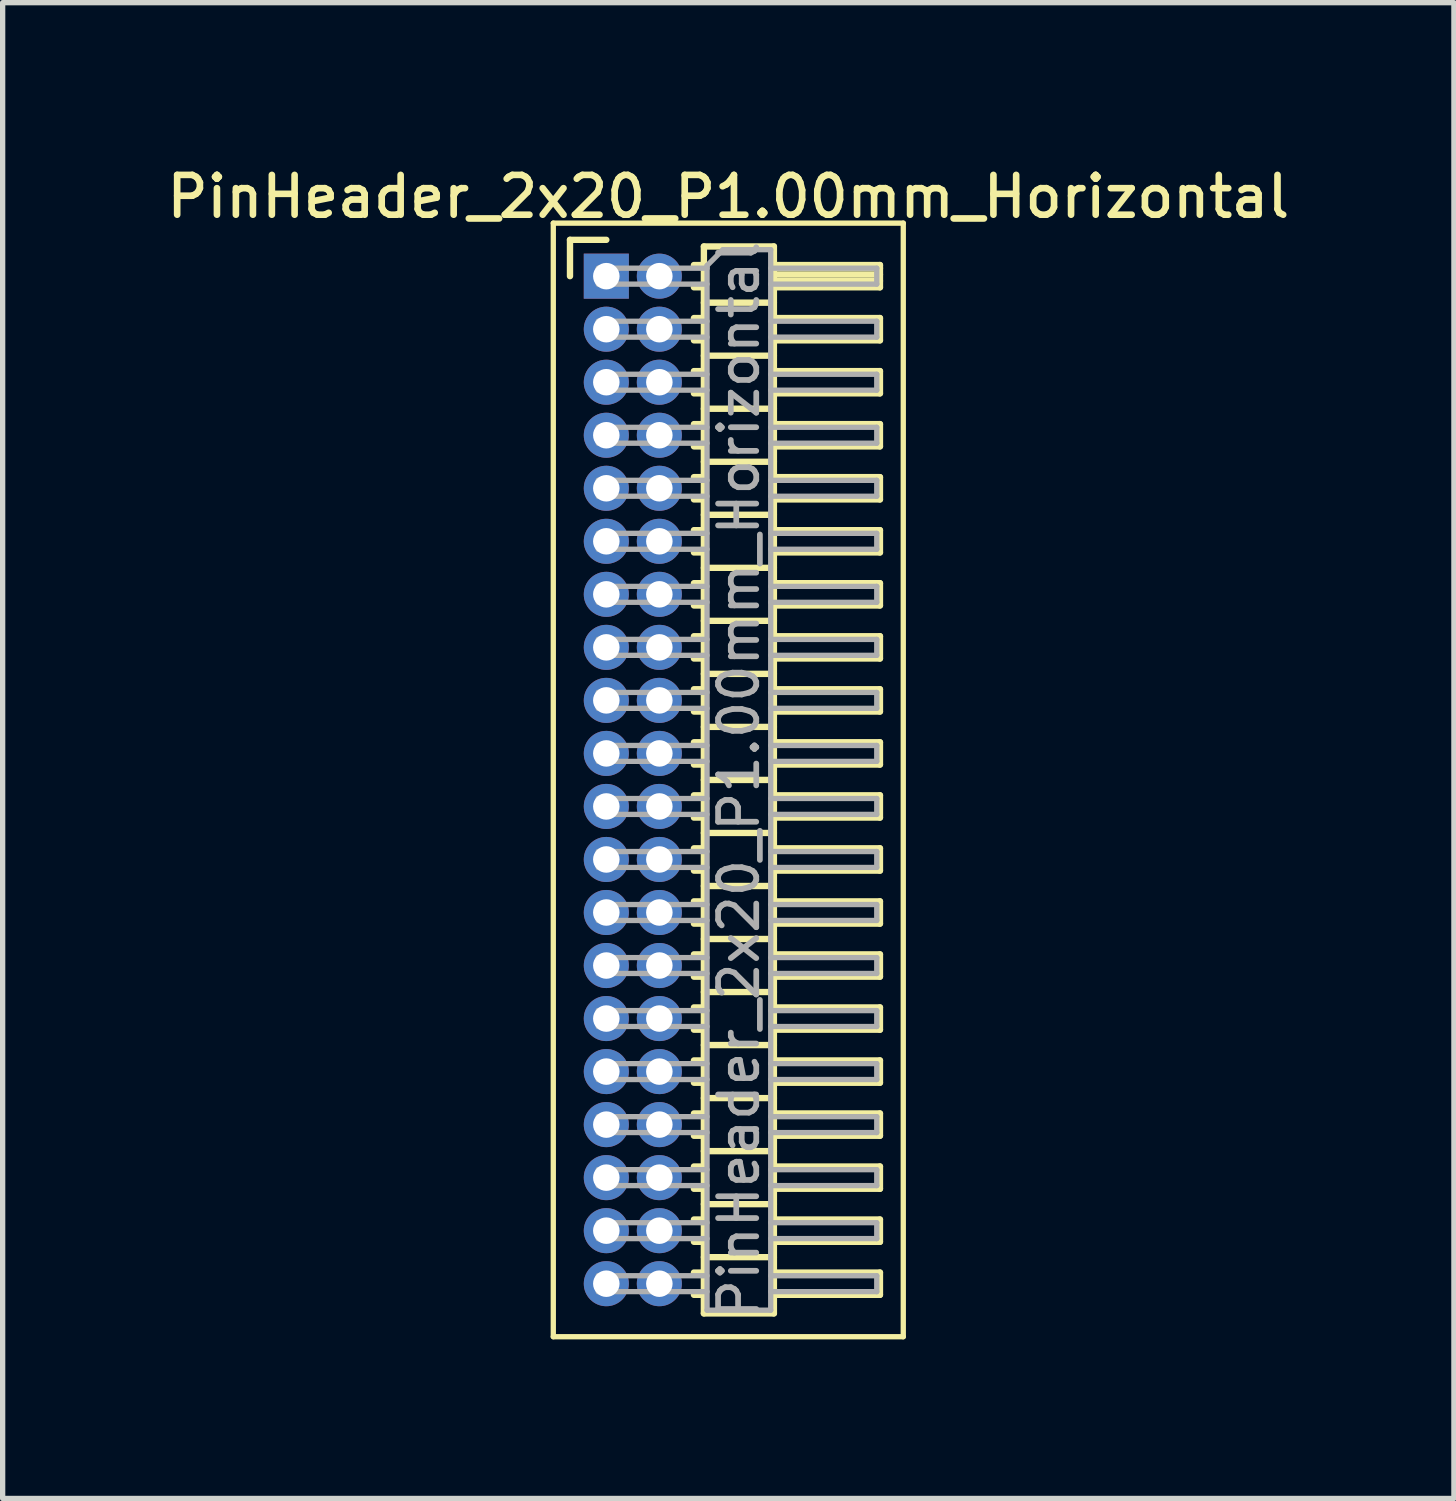
<source format=kicad_pcb>
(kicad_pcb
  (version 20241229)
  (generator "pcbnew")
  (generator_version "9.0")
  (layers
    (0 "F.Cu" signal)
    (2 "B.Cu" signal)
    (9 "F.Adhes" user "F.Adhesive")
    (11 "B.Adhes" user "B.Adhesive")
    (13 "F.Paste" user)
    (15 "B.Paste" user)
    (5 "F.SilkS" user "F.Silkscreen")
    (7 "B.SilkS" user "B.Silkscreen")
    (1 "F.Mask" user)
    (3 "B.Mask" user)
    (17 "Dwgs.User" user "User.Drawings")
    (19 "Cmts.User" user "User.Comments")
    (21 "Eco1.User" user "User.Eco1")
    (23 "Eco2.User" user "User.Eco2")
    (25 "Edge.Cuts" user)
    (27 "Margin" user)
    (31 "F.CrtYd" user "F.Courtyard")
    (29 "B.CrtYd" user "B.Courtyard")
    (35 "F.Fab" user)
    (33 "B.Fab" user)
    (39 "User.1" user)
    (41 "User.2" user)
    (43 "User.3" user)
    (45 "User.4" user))
  (footprint "PinHeader_2x20_P1.00mm_Horizontal"
    (layer "F.Cu")
    (at 8.384 2.158)
    (property "Reference" "PinHeader_2x20_P1.00mm_Horizontal" (at 2.3 -1.5 0) (layer "F.SilkS") (effects (font (size 0.75 0.75) (thickness 0.125))))
    (attr through_hole)
    (fp_line (start -1 -1) (end -1 20) (stroke (width 0.1) (type solid)) (layer "F.SilkS"))
    (fp_line (start -1 20) (end 5.6 20) (stroke (width 0.1) (type solid)) (layer "F.SilkS"))
    (fp_line (start -0.685 -0.685) (end 0 -0.685) (stroke (width 0.12) (type solid)) (layer "F.SilkS"))
    (fp_line (start -0.685 0) (end -0.685 -0.685) (stroke (width 0.12) (type solid)) (layer "F.SilkS"))
    (fp_line (start 1.652 -0.21) (end 1.84 -0.21) (stroke (width 0.12) (type solid)) (layer "F.SilkS"))
    (fp_line (start 1.652 0.21) (end 1.84 0.21) (stroke (width 0.12) (type solid)) (layer "F.SilkS"))
    (fp_line (start 1.652 0.79) (end 1.84 0.79) (stroke (width 0.12) (type solid)) (layer "F.SilkS"))
    (fp_line (start 1.652 1.21) (end 1.84 1.21) (stroke (width 0.12) (type solid)) (layer "F.SilkS"))
    (fp_line (start 1.652 1.79) (end 1.84 1.79) (stroke (width 0.12) (type solid)) (layer "F.SilkS"))
    (fp_line (start 1.652 2.21) (end 1.84 2.21) (stroke (width 0.12) (type solid)) (layer "F.SilkS"))
    (fp_line (start 1.652 2.79) (end 1.84 2.79) (stroke (width 0.12) (type solid)) (layer "F.SilkS"))
    (fp_line (start 1.652 3.21) (end 1.84 3.21) (stroke (width 0.12) (type solid)) (layer "F.SilkS"))
    (fp_line (start 1.652 3.79) (end 1.84 3.79) (stroke (width 0.12) (type solid)) (layer "F.SilkS"))
    (fp_line (start 1.652 4.21) (end 1.84 4.21) (stroke (width 0.12) (type solid)) (layer "F.SilkS"))
    (fp_line (start 1.652 4.79) (end 1.84 4.79) (stroke (width 0.12) (type solid)) (layer "F.SilkS"))
    (fp_line (start 1.652 5.21) (end 1.84 5.21) (stroke (width 0.12) (type solid)) (layer "F.SilkS"))
    (fp_line (start 1.652 5.79) (end 1.84 5.79) (stroke (width 0.12) (type solid)) (layer "F.SilkS"))
    (fp_line (start 1.652 6.21) (end 1.84 6.21) (stroke (width 0.12) (type solid)) (layer "F.SilkS"))
    (fp_line (start 1.652 6.79) (end 1.84 6.79) (stroke (width 0.12) (type solid)) (layer "F.SilkS"))
    (fp_line (start 1.652 7.21) (end 1.84 7.21) (stroke (width 0.12) (type solid)) (layer "F.SilkS"))
    (fp_line (start 1.652 7.79) (end 1.84 7.79) (stroke (width 0.12) (type solid)) (layer "F.SilkS"))
    (fp_line (start 1.652 8.21) (end 1.84 8.21) (stroke (width 0.12) (type solid)) (layer "F.SilkS"))
    (fp_line (start 1.652 8.79) (end 1.84 8.79) (stroke (width 0.12) (type solid)) (layer "F.SilkS"))
    (fp_line (start 1.652 9.21) (end 1.84 9.21) (stroke (width 0.12) (type solid)) (layer "F.SilkS"))
    (fp_line (start 1.652 9.79) (end 1.84 9.79) (stroke (width 0.12) (type solid)) (layer "F.SilkS"))
    (fp_line (start 1.652 10.21) (end 1.84 10.21) (stroke (width 0.12) (type solid)) (layer "F.SilkS"))
    (fp_line (start 1.652 10.79) (end 1.84 10.79) (stroke (width 0.12) (type solid)) (layer "F.SilkS"))
    (fp_line (start 1.652 11.21) (end 1.84 11.21) (stroke (width 0.12) (type solid)) (layer "F.SilkS"))
    (fp_line (start 1.652 11.79) (end 1.84 11.79) (stroke (width 0.12) (type solid)) (layer "F.SilkS"))
    (fp_line (start 1.652 12.21) (end 1.84 12.21) (stroke (width 0.12) (type solid)) (layer "F.SilkS"))
    (fp_line (start 1.652 12.79) (end 1.84 12.79) (stroke (width 0.12) (type solid)) (layer "F.SilkS"))
    (fp_line (start 1.652 13.21) (end 1.84 13.21) (stroke (width 0.12) (type solid)) (layer "F.SilkS"))
    (fp_line (start 1.652 13.79) (end 1.84 13.79) (stroke (width 0.12) (type solid)) (layer "F.SilkS"))
    (fp_line (start 1.652 14.21) (end 1.84 14.21) (stroke (width 0.12) (type solid)) (layer "F.SilkS"))
    (fp_line (start 1.652 14.79) (end 1.84 14.79) (stroke (width 0.12) (type solid)) (layer "F.SilkS"))
    (fp_line (start 1.652 15.21) (end 1.84 15.21) (stroke (width 0.12) (type solid)) (layer "F.SilkS"))
    (fp_line (start 1.652 15.79) (end 1.84 15.79) (stroke (width 0.12) (type solid)) (layer "F.SilkS"))
    (fp_line (start 1.652 16.21) (end 1.84 16.21) (stroke (width 0.12) (type solid)) (layer "F.SilkS"))
    (fp_line (start 1.652 16.79) (end 1.84 16.79) (stroke (width 0.12) (type solid)) (layer "F.SilkS"))
    (fp_line (start 1.652 17.21) (end 1.84 17.21) (stroke (width 0.12) (type solid)) (layer "F.SilkS"))
    (fp_line (start 1.652 17.79) (end 1.84 17.79) (stroke (width 0.12) (type solid)) (layer "F.SilkS"))
    (fp_line (start 1.652 18.21) (end 1.84 18.21) (stroke (width 0.12) (type solid)) (layer "F.SilkS"))
    (fp_line (start 1.652 18.79) (end 1.84 18.79) (stroke (width 0.12) (type solid)) (layer "F.SilkS"))
    (fp_line (start 1.652 19.21) (end 1.84 19.21) (stroke (width 0.12) (type solid)) (layer "F.SilkS"))
    (fp_line (start 1.84 -0.56) (end 1.84 19.56) (stroke (width 0.12) (type solid)) (layer "F.SilkS"))
    (fp_line (start 1.84 0.5) (end 3.16 0.5) (stroke (width 0.12) (type solid)) (layer "F.SilkS"))
    (fp_line (start 1.84 1.5) (end 3.16 1.5) (stroke (width 0.12) (type solid)) (layer "F.SilkS"))
    (fp_line (start 1.84 2.5) (end 3.16 2.5) (stroke (width 0.12) (type solid)) (layer "F.SilkS"))
    (fp_line (start 1.84 3.5) (end 3.16 3.5) (stroke (width 0.12) (type solid)) (layer "F.SilkS"))
    (fp_line (start 1.84 4.5) (end 3.16 4.5) (stroke (width 0.12) (type solid)) (layer "F.SilkS"))
    (fp_line (start 1.84 5.5) (end 3.16 5.5) (stroke (width 0.12) (type solid)) (layer "F.SilkS"))
    (fp_line (start 1.84 6.5) (end 3.16 6.5) (stroke (width 0.12) (type solid)) (layer "F.SilkS"))
    (fp_line (start 1.84 7.5) (end 3.16 7.5) (stroke (width 0.12) (type solid)) (layer "F.SilkS"))
    (fp_line (start 1.84 8.5) (end 3.16 8.5) (stroke (width 0.12) (type solid)) (layer "F.SilkS"))
    (fp_line (start 1.84 9.5) (end 3.16 9.5) (stroke (width 0.12) (type solid)) (layer "F.SilkS"))
    (fp_line (start 1.84 10.5) (end 3.16 10.5) (stroke (width 0.12) (type solid)) (layer "F.SilkS"))
    (fp_line (start 1.84 11.5) (end 3.16 11.5) (stroke (width 0.12) (type solid)) (layer "F.SilkS"))
    (fp_line (start 1.84 12.5) (end 3.16 12.5) (stroke (width 0.12) (type solid)) (layer "F.SilkS"))
    (fp_line (start 1.84 13.5) (end 3.16 13.5) (stroke (width 0.12) (type solid)) (layer "F.SilkS"))
    (fp_line (start 1.84 14.5) (end 3.16 14.5) (stroke (width 0.12) (type solid)) (layer "F.SilkS"))
    (fp_line (start 1.84 15.5) (end 3.16 15.5) (stroke (width 0.12) (type solid)) (layer "F.SilkS"))
    (fp_line (start 1.84 16.5) (end 3.16 16.5) (stroke (width 0.12) (type solid)) (layer "F.SilkS"))
    (fp_line (start 1.84 17.5) (end 3.16 17.5) (stroke (width 0.12) (type solid)) (layer "F.SilkS"))
    (fp_line (start 1.84 18.5) (end 3.16 18.5) (stroke (width 0.12) (type solid)) (layer "F.SilkS"))
    (fp_line (start 1.84 19.56) (end 3.16 19.56) (stroke (width 0.12) (type solid)) (layer "F.SilkS"))
    (fp_line (start 3.16 -0.56) (end 1.84 -0.56) (stroke (width 0.12) (type solid)) (layer "F.SilkS"))
    (fp_line (start 3.16 -0.21) (end 5.16 -0.21) (stroke (width 0.12) (type solid)) (layer "F.SilkS"))
    (fp_line (start 3.16 -0.15) (end 5.16 -0.15) (stroke (width 0.12) (type solid)) (layer "F.SilkS"))
    (fp_line (start 3.16 -0.03) (end 5.16 -0.03) (stroke (width 0.12) (type solid)) (layer "F.SilkS"))
    (fp_line (start 3.16 0.09) (end 5.16 0.09) (stroke (width 0.12) (type solid)) (layer "F.SilkS"))
    (fp_line (start 3.16 0.79) (end 5.16 0.79) (stroke (width 0.12) (type solid)) (layer "F.SilkS"))
    (fp_line (start 3.16 1.79) (end 5.16 1.79) (stroke (width 0.12) (type solid)) (layer "F.SilkS"))
    (fp_line (start 3.16 2.79) (end 5.16 2.79) (stroke (width 0.12) (type solid)) (layer "F.SilkS"))
    (fp_line (start 3.16 3.79) (end 5.16 3.79) (stroke (width 0.12) (type solid)) (layer "F.SilkS"))
    (fp_line (start 3.16 4.79) (end 5.16 4.79) (stroke (width 0.12) (type solid)) (layer "F.SilkS"))
    (fp_line (start 3.16 5.79) (end 5.16 5.79) (stroke (width 0.12) (type solid)) (layer "F.SilkS"))
    (fp_line (start 3.16 6.79) (end 5.16 6.79) (stroke (width 0.12) (type solid)) (layer "F.SilkS"))
    (fp_line (start 3.16 7.79) (end 5.16 7.79) (stroke (width 0.12) (type solid)) (layer "F.SilkS"))
    (fp_line (start 3.16 8.79) (end 5.16 8.79) (stroke (width 0.12) (type solid)) (layer "F.SilkS"))
    (fp_line (start 3.16 9.79) (end 5.16 9.79) (stroke (width 0.12) (type solid)) (layer "F.SilkS"))
    (fp_line (start 3.16 10.79) (end 5.16 10.79) (stroke (width 0.12) (type solid)) (layer "F.SilkS"))
    (fp_line (start 3.16 11.79) (end 5.16 11.79) (stroke (width 0.12) (type solid)) (layer "F.SilkS"))
    (fp_line (start 3.16 12.79) (end 5.16 12.79) (stroke (width 0.12) (type solid)) (layer "F.SilkS"))
    (fp_line (start 3.16 13.79) (end 5.16 13.79) (stroke (width 0.12) (type solid)) (layer "F.SilkS"))
    (fp_line (start 3.16 14.79) (end 5.16 14.79) (stroke (width 0.12) (type solid)) (layer "F.SilkS"))
    (fp_line (start 3.16 15.79) (end 5.16 15.79) (stroke (width 0.12) (type solid)) (layer "F.SilkS"))
    (fp_line (start 3.16 16.79) (end 5.16 16.79) (stroke (width 0.12) (type solid)) (layer "F.SilkS"))
    (fp_line (start 3.16 17.79) (end 5.16 17.79) (stroke (width 0.12) (type solid)) (layer "F.SilkS"))
    (fp_line (start 3.16 18.79) (end 5.16 18.79) (stroke (width 0.12) (type solid)) (layer "F.SilkS"))
    (fp_line (start 3.16 19.56) (end 3.16 -0.56) (stroke (width 0.12) (type solid)) (layer "F.SilkS"))
    (fp_line (start 5.16 -0.21) (end 5.16 0.21) (stroke (width 0.12) (type solid)) (layer "F.SilkS"))
    (fp_line (start 5.16 0.21) (end 3.16 0.21) (stroke (width 0.12) (type solid)) (layer "F.SilkS"))
    (fp_line (start 5.16 0.79) (end 5.16 1.21) (stroke (width 0.12) (type solid)) (layer "F.SilkS"))
    (fp_line (start 5.16 1.21) (end 3.16 1.21) (stroke (width 0.12) (type solid)) (layer "F.SilkS"))
    (fp_line (start 5.16 1.79) (end 5.16 2.21) (stroke (width 0.12) (type solid)) (layer "F.SilkS"))
    (fp_line (start 5.16 2.21) (end 3.16 2.21) (stroke (width 0.12) (type solid)) (layer "F.SilkS"))
    (fp_line (start 5.16 2.79) (end 5.16 3.21) (stroke (width 0.12) (type solid)) (layer "F.SilkS"))
    (fp_line (start 5.16 3.21) (end 3.16 3.21) (stroke (width 0.12) (type solid)) (layer "F.SilkS"))
    (fp_line (start 5.16 3.79) (end 5.16 4.21) (stroke (width 0.12) (type solid)) (layer "F.SilkS"))
    (fp_line (start 5.16 4.21) (end 3.16 4.21) (stroke (width 0.12) (type solid)) (layer "F.SilkS"))
    (fp_line (start 5.16 4.79) (end 5.16 5.21) (stroke (width 0.12) (type solid)) (layer "F.SilkS"))
    (fp_line (start 5.16 5.21) (end 3.16 5.21) (stroke (width 0.12) (type solid)) (layer "F.SilkS"))
    (fp_line (start 5.16 5.79) (end 5.16 6.21) (stroke (width 0.12) (type solid)) (layer "F.SilkS"))
    (fp_line (start 5.16 6.21) (end 3.16 6.21) (stroke (width 0.12) (type solid)) (layer "F.SilkS"))
    (fp_line (start 5.16 6.79) (end 5.16 7.21) (stroke (width 0.12) (type solid)) (layer "F.SilkS"))
    (fp_line (start 5.16 7.21) (end 3.16 7.21) (stroke (width 0.12) (type solid)) (layer "F.SilkS"))
    (fp_line (start 5.16 7.79) (end 5.16 8.21) (stroke (width 0.12) (type solid)) (layer "F.SilkS"))
    (fp_line (start 5.16 8.21) (end 3.16 8.21) (stroke (width 0.12) (type solid)) (layer "F.SilkS"))
    (fp_line (start 5.16 8.79) (end 5.16 9.21) (stroke (width 0.12) (type solid)) (layer "F.SilkS"))
    (fp_line (start 5.16 9.21) (end 3.16 9.21) (stroke (width 0.12) (type solid)) (layer "F.SilkS"))
    (fp_line (start 5.16 9.79) (end 5.16 10.21) (stroke (width 0.12) (type solid)) (layer "F.SilkS"))
    (fp_line (start 5.16 10.21) (end 3.16 10.21) (stroke (width 0.12) (type solid)) (layer "F.SilkS"))
    (fp_line (start 5.16 10.79) (end 5.16 11.21) (stroke (width 0.12) (type solid)) (layer "F.SilkS"))
    (fp_line (start 5.16 11.21) (end 3.16 11.21) (stroke (width 0.12) (type solid)) (layer "F.SilkS"))
    (fp_line (start 5.16 11.79) (end 5.16 12.21) (stroke (width 0.12) (type solid)) (layer "F.SilkS"))
    (fp_line (start 5.16 12.21) (end 3.16 12.21) (stroke (width 0.12) (type solid)) (layer "F.SilkS"))
    (fp_line (start 5.16 12.79) (end 5.16 13.21) (stroke (width 0.12) (type solid)) (layer "F.SilkS"))
    (fp_line (start 5.16 13.21) (end 3.16 13.21) (stroke (width 0.12) (type solid)) (layer "F.SilkS"))
    (fp_line (start 5.16 13.79) (end 5.16 14.21) (stroke (width 0.12) (type solid)) (layer "F.SilkS"))
    (fp_line (start 5.16 14.21) (end 3.16 14.21) (stroke (width 0.12) (type solid)) (layer "F.SilkS"))
    (fp_line (start 5.16 14.79) (end 5.16 15.21) (stroke (width 0.12) (type solid)) (layer "F.SilkS"))
    (fp_line (start 5.16 15.21) (end 3.16 15.21) (stroke (width 0.12) (type solid)) (layer "F.SilkS"))
    (fp_line (start 5.16 15.79) (end 5.16 16.21) (stroke (width 0.12) (type solid)) (layer "F.SilkS"))
    (fp_line (start 5.16 16.21) (end 3.16 16.21) (stroke (width 0.12) (type solid)) (layer "F.SilkS"))
    (fp_line (start 5.16 16.79) (end 5.16 17.21) (stroke (width 0.12) (type solid)) (layer "F.SilkS"))
    (fp_line (start 5.16 17.21) (end 3.16 17.21) (stroke (width 0.12) (type solid)) (layer "F.SilkS"))
    (fp_line (start 5.16 17.79) (end 5.16 18.21) (stroke (width 0.12) (type solid)) (layer "F.SilkS"))
    (fp_line (start 5.16 18.21) (end 3.16 18.21) (stroke (width 0.12) (type solid)) (layer "F.SilkS"))
    (fp_line (start 5.16 18.79) (end 5.16 19.21) (stroke (width 0.12) (type solid)) (layer "F.SilkS"))
    (fp_line (start 5.16 19.21) (end 3.16 19.21) (stroke (width 0.12) (type solid)) (layer "F.SilkS"))
    (fp_line (start 5.6 -1) (end -1 -1) (stroke (width 0.1) (type solid)) (layer "F.SilkS"))
    (fp_line (start 5.6 20) (end 5.6 -1) (stroke (width 0.1) (type solid)) (layer "F.SilkS"))
    (fp_line (start -0.15 -0.15) (end -0.15 0.15) (stroke (width 0.1) (type solid)) (layer "F.Fab"))
    (fp_line (start -0.15 -0.15) (end 1.9 -0.15) (stroke (width 0.1) (type solid)) (layer "F.Fab"))
    (fp_line (start -0.15 0.15) (end 1.9 0.15) (stroke (width 0.1) (type solid)) (layer "F.Fab"))
    (fp_line (start -0.15 0.85) (end -0.15 1.15) (stroke (width 0.1) (type solid)) (layer "F.Fab"))
    (fp_line (start -0.15 0.85) (end 1.9 0.85) (stroke (width 0.1) (type solid)) (layer "F.Fab"))
    (fp_line (start -0.15 1.15) (end 1.9 1.15) (stroke (width 0.1) (type solid)) (layer "F.Fab"))
    (fp_line (start -0.15 1.85) (end -0.15 2.15) (stroke (width 0.1) (type solid)) (layer "F.Fab"))
    (fp_line (start -0.15 1.85) (end 1.9 1.85) (stroke (width 0.1) (type solid)) (layer "F.Fab"))
    (fp_line (start -0.15 2.15) (end 1.9 2.15) (stroke (width 0.1) (type solid)) (layer "F.Fab"))
    (fp_line (start -0.15 2.85) (end -0.15 3.15) (stroke (width 0.1) (type solid)) (layer "F.Fab"))
    (fp_line (start -0.15 2.85) (end 1.9 2.85) (stroke (width 0.1) (type solid)) (layer "F.Fab"))
    (fp_line (start -0.15 3.15) (end 1.9 3.15) (stroke (width 0.1) (type solid)) (layer "F.Fab"))
    (fp_line (start -0.15 3.85) (end -0.15 4.15) (stroke (width 0.1) (type solid)) (layer "F.Fab"))
    (fp_line (start -0.15 3.85) (end 1.9 3.85) (stroke (width 0.1) (type solid)) (layer "F.Fab"))
    (fp_line (start -0.15 4.15) (end 1.9 4.15) (stroke (width 0.1) (type solid)) (layer "F.Fab"))
    (fp_line (start -0.15 4.85) (end -0.15 5.15) (stroke (width 0.1) (type solid)) (layer "F.Fab"))
    (fp_line (start -0.15 4.85) (end 1.9 4.85) (stroke (width 0.1) (type solid)) (layer "F.Fab"))
    (fp_line (start -0.15 5.15) (end 1.9 5.15) (stroke (width 0.1) (type solid)) (layer "F.Fab"))
    (fp_line (start -0.15 5.85) (end -0.15 6.15) (stroke (width 0.1) (type solid)) (layer "F.Fab"))
    (fp_line (start -0.15 5.85) (end 1.9 5.85) (stroke (width 0.1) (type solid)) (layer "F.Fab"))
    (fp_line (start -0.15 6.15) (end 1.9 6.15) (stroke (width 0.1) (type solid)) (layer "F.Fab"))
    (fp_line (start -0.15 6.85) (end -0.15 7.15) (stroke (width 0.1) (type solid)) (layer "F.Fab"))
    (fp_line (start -0.15 6.85) (end 1.9 6.85) (stroke (width 0.1) (type solid)) (layer "F.Fab"))
    (fp_line (start -0.15 7.15) (end 1.9 7.15) (stroke (width 0.1) (type solid)) (layer "F.Fab"))
    (fp_line (start -0.15 7.85) (end -0.15 8.15) (stroke (width 0.1) (type solid)) (layer "F.Fab"))
    (fp_line (start -0.15 7.85) (end 1.9 7.85) (stroke (width 0.1) (type solid)) (layer "F.Fab"))
    (fp_line (start -0.15 8.15) (end 1.9 8.15) (stroke (width 0.1) (type solid)) (layer "F.Fab"))
    (fp_line (start -0.15 8.85) (end -0.15 9.15) (stroke (width 0.1) (type solid)) (layer "F.Fab"))
    (fp_line (start -0.15 8.85) (end 1.9 8.85) (stroke (width 0.1) (type solid)) (layer "F.Fab"))
    (fp_line (start -0.15 9.15) (end 1.9 9.15) (stroke (width 0.1) (type solid)) (layer "F.Fab"))
    (fp_line (start -0.15 9.85) (end -0.15 10.15) (stroke (width 0.1) (type solid)) (layer "F.Fab"))
    (fp_line (start -0.15 9.85) (end 1.9 9.85) (stroke (width 0.1) (type solid)) (layer "F.Fab"))
    (fp_line (start -0.15 10.15) (end 1.9 10.15) (stroke (width 0.1) (type solid)) (layer "F.Fab"))
    (fp_line (start -0.15 10.85) (end -0.15 11.15) (stroke (width 0.1) (type solid)) (layer "F.Fab"))
    (fp_line (start -0.15 10.85) (end 1.9 10.85) (stroke (width 0.1) (type solid)) (layer "F.Fab"))
    (fp_line (start -0.15 11.15) (end 1.9 11.15) (stroke (width 0.1) (type solid)) (layer "F.Fab"))
    (fp_line (start -0.15 11.85) (end -0.15 12.15) (stroke (width 0.1) (type solid)) (layer "F.Fab"))
    (fp_line (start -0.15 11.85) (end 1.9 11.85) (stroke (width 0.1) (type solid)) (layer "F.Fab"))
    (fp_line (start -0.15 12.15) (end 1.9 12.15) (stroke (width 0.1) (type solid)) (layer "F.Fab"))
    (fp_line (start -0.15 12.85) (end -0.15 13.15) (stroke (width 0.1) (type solid)) (layer "F.Fab"))
    (fp_line (start -0.15 12.85) (end 1.9 12.85) (stroke (width 0.1) (type solid)) (layer "F.Fab"))
    (fp_line (start -0.15 13.15) (end 1.9 13.15) (stroke (width 0.1) (type solid)) (layer "F.Fab"))
    (fp_line (start -0.15 13.85) (end -0.15 14.15) (stroke (width 0.1) (type solid)) (layer "F.Fab"))
    (fp_line (start -0.15 13.85) (end 1.9 13.85) (stroke (width 0.1) (type solid)) (layer "F.Fab"))
    (fp_line (start -0.15 14.15) (end 1.9 14.15) (stroke (width 0.1) (type solid)) (layer "F.Fab"))
    (fp_line (start -0.15 14.85) (end -0.15 15.15) (stroke (width 0.1) (type solid)) (layer "F.Fab"))
    (fp_line (start -0.15 14.85) (end 1.9 14.85) (stroke (width 0.1) (type solid)) (layer "F.Fab"))
    (fp_line (start -0.15 15.15) (end 1.9 15.15) (stroke (width 0.1) (type solid)) (layer "F.Fab"))
    (fp_line (start -0.15 15.85) (end -0.15 16.15) (stroke (width 0.1) (type solid)) (layer "F.Fab"))
    (fp_line (start -0.15 15.85) (end 1.9 15.85) (stroke (width 0.1) (type solid)) (layer "F.Fab"))
    (fp_line (start -0.15 16.15) (end 1.9 16.15) (stroke (width 0.1) (type solid)) (layer "F.Fab"))
    (fp_line (start -0.15 16.85) (end -0.15 17.15) (stroke (width 0.1) (type solid)) (layer "F.Fab"))
    (fp_line (start -0.15 16.85) (end 1.9 16.85) (stroke (width 0.1) (type solid)) (layer "F.Fab"))
    (fp_line (start -0.15 17.15) (end 1.9 17.15) (stroke (width 0.1) (type solid)) (layer "F.Fab"))
    (fp_line (start -0.15 17.85) (end -0.15 18.15) (stroke (width 0.1) (type solid)) (layer "F.Fab"))
    (fp_line (start -0.15 17.85) (end 1.9 17.85) (stroke (width 0.1) (type solid)) (layer "F.Fab"))
    (fp_line (start -0.15 18.15) (end 1.9 18.15) (stroke (width 0.1) (type solid)) (layer "F.Fab"))
    (fp_line (start -0.15 18.85) (end -0.15 19.15) (stroke (width 0.1) (type solid)) (layer "F.Fab"))
    (fp_line (start -0.15 18.85) (end 1.9 18.85) (stroke (width 0.1) (type solid)) (layer "F.Fab"))
    (fp_line (start -0.15 19.15) (end 1.9 19.15) (stroke (width 0.1) (type solid)) (layer "F.Fab"))
    (fp_line (start 1.9 -0.2) (end 2.2 -0.5) (stroke (width 0.1) (type solid)) (layer "F.Fab"))
    (fp_line (start 1.9 19.5) (end 1.9 -0.2) (stroke (width 0.1) (type solid)) (layer "F.Fab"))
    (fp_line (start 2.2 -0.5) (end 3.1 -0.5) (stroke (width 0.1) (type solid)) (layer "F.Fab"))
    (fp_line (start 3.1 -0.5) (end 3.1 19.5) (stroke (width 0.1) (type solid)) (layer "F.Fab"))
    (fp_line (start 3.1 -0.15) (end 5.1 -0.15) (stroke (width 0.1) (type solid)) (layer "F.Fab"))
    (fp_line (start 3.1 0.15) (end 5.1 0.15) (stroke (width 0.1) (type solid)) (layer "F.Fab"))
    (fp_line (start 3.1 0.85) (end 5.1 0.85) (stroke (width 0.1) (type solid)) (layer "F.Fab"))
    (fp_line (start 3.1 1.15) (end 5.1 1.15) (stroke (width 0.1) (type solid)) (layer "F.Fab"))
    (fp_line (start 3.1 1.85) (end 5.1 1.85) (stroke (width 0.1) (type solid)) (layer "F.Fab"))
    (fp_line (start 3.1 2.15) (end 5.1 2.15) (stroke (width 0.1) (type solid)) (layer "F.Fab"))
    (fp_line (start 3.1 2.85) (end 5.1 2.85) (stroke (width 0.1) (type solid)) (layer "F.Fab"))
    (fp_line (start 3.1 3.15) (end 5.1 3.15) (stroke (width 0.1) (type solid)) (layer "F.Fab"))
    (fp_line (start 3.1 3.85) (end 5.1 3.85) (stroke (width 0.1) (type solid)) (layer "F.Fab"))
    (fp_line (start 3.1 4.15) (end 5.1 4.15) (stroke (width 0.1) (type solid)) (layer "F.Fab"))
    (fp_line (start 3.1 4.85) (end 5.1 4.85) (stroke (width 0.1) (type solid)) (layer "F.Fab"))
    (fp_line (start 3.1 5.15) (end 5.1 5.15) (stroke (width 0.1) (type solid)) (layer "F.Fab"))
    (fp_line (start 3.1 5.85) (end 5.1 5.85) (stroke (width 0.1) (type solid)) (layer "F.Fab"))
    (fp_line (start 3.1 6.15) (end 5.1 6.15) (stroke (width 0.1) (type solid)) (layer "F.Fab"))
    (fp_line (start 3.1 6.85) (end 5.1 6.85) (stroke (width 0.1) (type solid)) (layer "F.Fab"))
    (fp_line (start 3.1 7.15) (end 5.1 7.15) (stroke (width 0.1) (type solid)) (layer "F.Fab"))
    (fp_line (start 3.1 7.85) (end 5.1 7.85) (stroke (width 0.1) (type solid)) (layer "F.Fab"))
    (fp_line (start 3.1 8.15) (end 5.1 8.15) (stroke (width 0.1) (type solid)) (layer "F.Fab"))
    (fp_line (start 3.1 8.85) (end 5.1 8.85) (stroke (width 0.1) (type solid)) (layer "F.Fab"))
    (fp_line (start 3.1 9.15) (end 5.1 9.15) (stroke (width 0.1) (type solid)) (layer "F.Fab"))
    (fp_line (start 3.1 9.85) (end 5.1 9.85) (stroke (width 0.1) (type solid)) (layer "F.Fab"))
    (fp_line (start 3.1 10.15) (end 5.1 10.15) (stroke (width 0.1) (type solid)) (layer "F.Fab"))
    (fp_line (start 3.1 10.85) (end 5.1 10.85) (stroke (width 0.1) (type solid)) (layer "F.Fab"))
    (fp_line (start 3.1 11.15) (end 5.1 11.15) (stroke (width 0.1) (type solid)) (layer "F.Fab"))
    (fp_line (start 3.1 11.85) (end 5.1 11.85) (stroke (width 0.1) (type solid)) (layer "F.Fab"))
    (fp_line (start 3.1 12.15) (end 5.1 12.15) (stroke (width 0.1) (type solid)) (layer "F.Fab"))
    (fp_line (start 3.1 12.85) (end 5.1 12.85) (stroke (width 0.1) (type solid)) (layer "F.Fab"))
    (fp_line (start 3.1 13.15) (end 5.1 13.15) (stroke (width 0.1) (type solid)) (layer "F.Fab"))
    (fp_line (start 3.1 13.85) (end 5.1 13.85) (stroke (width 0.1) (type solid)) (layer "F.Fab"))
    (fp_line (start 3.1 14.15) (end 5.1 14.15) (stroke (width 0.1) (type solid)) (layer "F.Fab"))
    (fp_line (start 3.1 14.85) (end 5.1 14.85) (stroke (width 0.1) (type solid)) (layer "F.Fab"))
    (fp_line (start 3.1 15.15) (end 5.1 15.15) (stroke (width 0.1) (type solid)) (layer "F.Fab"))
    (fp_line (start 3.1 15.85) (end 5.1 15.85) (stroke (width 0.1) (type solid)) (layer "F.Fab"))
    (fp_line (start 3.1 16.15) (end 5.1 16.15) (stroke (width 0.1) (type solid)) (layer "F.Fab"))
    (fp_line (start 3.1 16.85) (end 5.1 16.85) (stroke (width 0.1) (type solid)) (layer "F.Fab"))
    (fp_line (start 3.1 17.15) (end 5.1 17.15) (stroke (width 0.1) (type solid)) (layer "F.Fab"))
    (fp_line (start 3.1 17.85) (end 5.1 17.85) (stroke (width 0.1) (type solid)) (layer "F.Fab"))
    (fp_line (start 3.1 18.15) (end 5.1 18.15) (stroke (width 0.1) (type solid)) (layer "F.Fab"))
    (fp_line (start 3.1 18.85) (end 5.1 18.85) (stroke (width 0.1) (type solid)) (layer "F.Fab"))
    (fp_line (start 3.1 19.15) (end 5.1 19.15) (stroke (width 0.1) (type solid)) (layer "F.Fab"))
    (fp_line (start 3.1 19.5) (end 1.9 19.5) (stroke (width 0.1) (type solid)) (layer "F.Fab"))
    (fp_line (start 5.1 -0.15) (end 5.1 0.15) (stroke (width 0.1) (type solid)) (layer "F.Fab"))
    (fp_line (start 5.1 0.85) (end 5.1 1.15) (stroke (width 0.1) (type solid)) (layer "F.Fab"))
    (fp_line (start 5.1 1.85) (end 5.1 2.15) (stroke (width 0.1) (type solid)) (layer "F.Fab"))
    (fp_line (start 5.1 2.85) (end 5.1 3.15) (stroke (width 0.1) (type solid)) (layer "F.Fab"))
    (fp_line (start 5.1 3.85) (end 5.1 4.15) (stroke (width 0.1) (type solid)) (layer "F.Fab"))
    (fp_line (start 5.1 4.85) (end 5.1 5.15) (stroke (width 0.1) (type solid)) (layer "F.Fab"))
    (fp_line (start 5.1 5.85) (end 5.1 6.15) (stroke (width 0.1) (type solid)) (layer "F.Fab"))
    (fp_line (start 5.1 6.85) (end 5.1 7.15) (stroke (width 0.1) (type solid)) (layer "F.Fab"))
    (fp_line (start 5.1 7.85) (end 5.1 8.15) (stroke (width 0.1) (type solid)) (layer "F.Fab"))
    (fp_line (start 5.1 8.85) (end 5.1 9.15) (stroke (width 0.1) (type solid)) (layer "F.Fab"))
    (fp_line (start 5.1 9.85) (end 5.1 10.15) (stroke (width 0.1) (type solid)) (layer "F.Fab"))
    (fp_line (start 5.1 10.85) (end 5.1 11.15) (stroke (width 0.1) (type solid)) (layer "F.Fab"))
    (fp_line (start 5.1 11.85) (end 5.1 12.15) (stroke (width 0.1) (type solid)) (layer "F.Fab"))
    (fp_line (start 5.1 12.85) (end 5.1 13.15) (stroke (width 0.1) (type solid)) (layer "F.Fab"))
    (fp_line (start 5.1 13.85) (end 5.1 14.15) (stroke (width 0.1) (type solid)) (layer "F.Fab"))
    (fp_line (start 5.1 14.85) (end 5.1 15.15) (stroke (width 0.1) (type solid)) (layer "F.Fab"))
    (fp_line (start 5.1 15.85) (end 5.1 16.15) (stroke (width 0.1) (type solid)) (layer "F.Fab"))
    (fp_line (start 5.1 16.85) (end 5.1 17.15) (stroke (width 0.1) (type solid)) (layer "F.Fab"))
    (fp_line (start 5.1 17.85) (end 5.1 18.15) (stroke (width 0.1) (type solid)) (layer "F.Fab"))
    (fp_line (start 5.1 18.85) (end 5.1 19.15) (stroke (width 0.1) (type solid)) (layer "F.Fab"))
    (fp_text user "${REFERENCE}" (at 2.5 9.5 90) (layer "F.Fab") (effects (font (size 0.72 0.72) (thickness 0.108))))
    (pad "1" thru_hole rect (at 0 0) (size 0.85 0.85) (drill 0.5) (layers "*.Cu" "*.Mask"))
    (pad "2" thru_hole oval (at 1 0) (size 0.85 0.85) (drill 0.5) (layers "*.Cu" "*.Mask"))
    (pad "3" thru_hole oval (at 0 1) (size 0.85 0.85) (drill 0.5) (layers "*.Cu" "*.Mask"))
    (pad "4" thru_hole oval (at 1 1) (size 0.85 0.85) (drill 0.5) (layers "*.Cu" "*.Mask"))
    (pad "5" thru_hole oval (at 0 2) (size 0.85 0.85) (drill 0.5) (layers "*.Cu" "*.Mask"))
    (pad "6" thru_hole oval (at 1 2) (size 0.85 0.85) (drill 0.5) (layers "*.Cu" "*.Mask"))
    (pad "7" thru_hole oval (at 0 3) (size 0.85 0.85) (drill 0.5) (layers "*.Cu" "*.Mask"))
    (pad "8" thru_hole oval (at 1 3) (size 0.85 0.85) (drill 0.5) (layers "*.Cu" "*.Mask"))
    (pad "9" thru_hole oval (at 0 4) (size 0.85 0.85) (drill 0.5) (layers "*.Cu" "*.Mask"))
    (pad "10" thru_hole oval (at 1 4) (size 0.85 0.85) (drill 0.5) (layers "*.Cu" "*.Mask"))
    (pad "11" thru_hole oval (at 0 5) (size 0.85 0.85) (drill 0.5) (layers "*.Cu" "*.Mask"))
    (pad "12" thru_hole oval (at 1 5) (size 0.85 0.85) (drill 0.5) (layers "*.Cu" "*.Mask"))
    (pad "13" thru_hole oval (at 0 6) (size 0.85 0.85) (drill 0.5) (layers "*.Cu" "*.Mask"))
    (pad "14" thru_hole oval (at 1 6) (size 0.85 0.85) (drill 0.5) (layers "*.Cu" "*.Mask"))
    (pad "15" thru_hole oval (at 0 7) (size 0.85 0.85) (drill 0.5) (layers "*.Cu" "*.Mask"))
    (pad "16" thru_hole oval (at 1 7) (size 0.85 0.85) (drill 0.5) (layers "*.Cu" "*.Mask"))
    (pad "17" thru_hole oval (at 0 8) (size 0.85 0.85) (drill 0.5) (layers "*.Cu" "*.Mask"))
    (pad "18" thru_hole oval (at 1 8) (size 0.85 0.85) (drill 0.5) (layers "*.Cu" "*.Mask"))
    (pad "19" thru_hole oval (at 0 9) (size 0.85 0.85) (drill 0.5) (layers "*.Cu" "*.Mask"))
    (pad "20" thru_hole oval (at 1 9) (size 0.85 0.85) (drill 0.5) (layers "*.Cu" "*.Mask"))
    (pad "21" thru_hole oval (at 0 10) (size 0.85 0.85) (drill 0.5) (layers "*.Cu" "*.Mask"))
    (pad "22" thru_hole oval (at 1 10) (size 0.85 0.85) (drill 0.5) (layers "*.Cu" "*.Mask"))
    (pad "23" thru_hole oval (at 0 11) (size 0.85 0.85) (drill 0.5) (layers "*.Cu" "*.Mask"))
    (pad "24" thru_hole oval (at 1 11) (size 0.85 0.85) (drill 0.5) (layers "*.Cu" "*.Mask"))
    (pad "25" thru_hole oval (at 0 12) (size 0.85 0.85) (drill 0.5) (layers "*.Cu" "*.Mask"))
    (pad "26" thru_hole oval (at 1 12) (size 0.85 0.85) (drill 0.5) (layers "*.Cu" "*.Mask"))
    (pad "27" thru_hole oval (at 0 13) (size 0.85 0.85) (drill 0.5) (layers "*.Cu" "*.Mask"))
    (pad "28" thru_hole oval (at 1 13) (size 0.85 0.85) (drill 0.5) (layers "*.Cu" "*.Mask"))
    (pad "29" thru_hole oval (at 0 14) (size 0.85 0.85) (drill 0.5) (layers "*.Cu" "*.Mask"))
    (pad "30" thru_hole oval (at 1 14) (size 0.85 0.85) (drill 0.5) (layers "*.Cu" "*.Mask"))
    (pad "31" thru_hole oval (at 0 15) (size 0.85 0.85) (drill 0.5) (layers "*.Cu" "*.Mask"))
    (pad "32" thru_hole oval (at 1 15) (size 0.85 0.85) (drill 0.5) (layers "*.Cu" "*.Mask"))
    (pad "33" thru_hole oval (at 0 16) (size 0.85 0.85) (drill 0.5) (layers "*.Cu" "*.Mask"))
    (pad "34" thru_hole oval (at 1 16) (size 0.85 0.85) (drill 0.5) (layers "*.Cu" "*.Mask"))
    (pad "35" thru_hole oval (at 0 17) (size 0.85 0.85) (drill 0.5) (layers "*.Cu" "*.Mask"))
    (pad "36" thru_hole oval (at 1 17) (size 0.85 0.85) (drill 0.5) (layers "*.Cu" "*.Mask"))
    (pad "37" thru_hole oval (at 0 18) (size 0.85 0.85) (drill 0.5) (layers "*.Cu" "*.Mask"))
    (pad "38" thru_hole oval (at 1 18) (size 0.85 0.85) (drill 0.5) (layers "*.Cu" "*.Mask"))
    (pad "39" thru_hole oval (at 0 19) (size 0.85 0.85) (drill 0.5) (layers "*.Cu" "*.Mask"))
    (pad "40" thru_hole oval (at 1 19) (size 0.85 0.85) (drill 0.5) (layers "*.Cu" "*.Mask")))
  (gr_rect
    (start -3 -3)
    (end 24.368 25.208)
    (stroke (width 0.1) (type default))
    (fill no)
    (layer "Edge.Cuts")))
</source>
